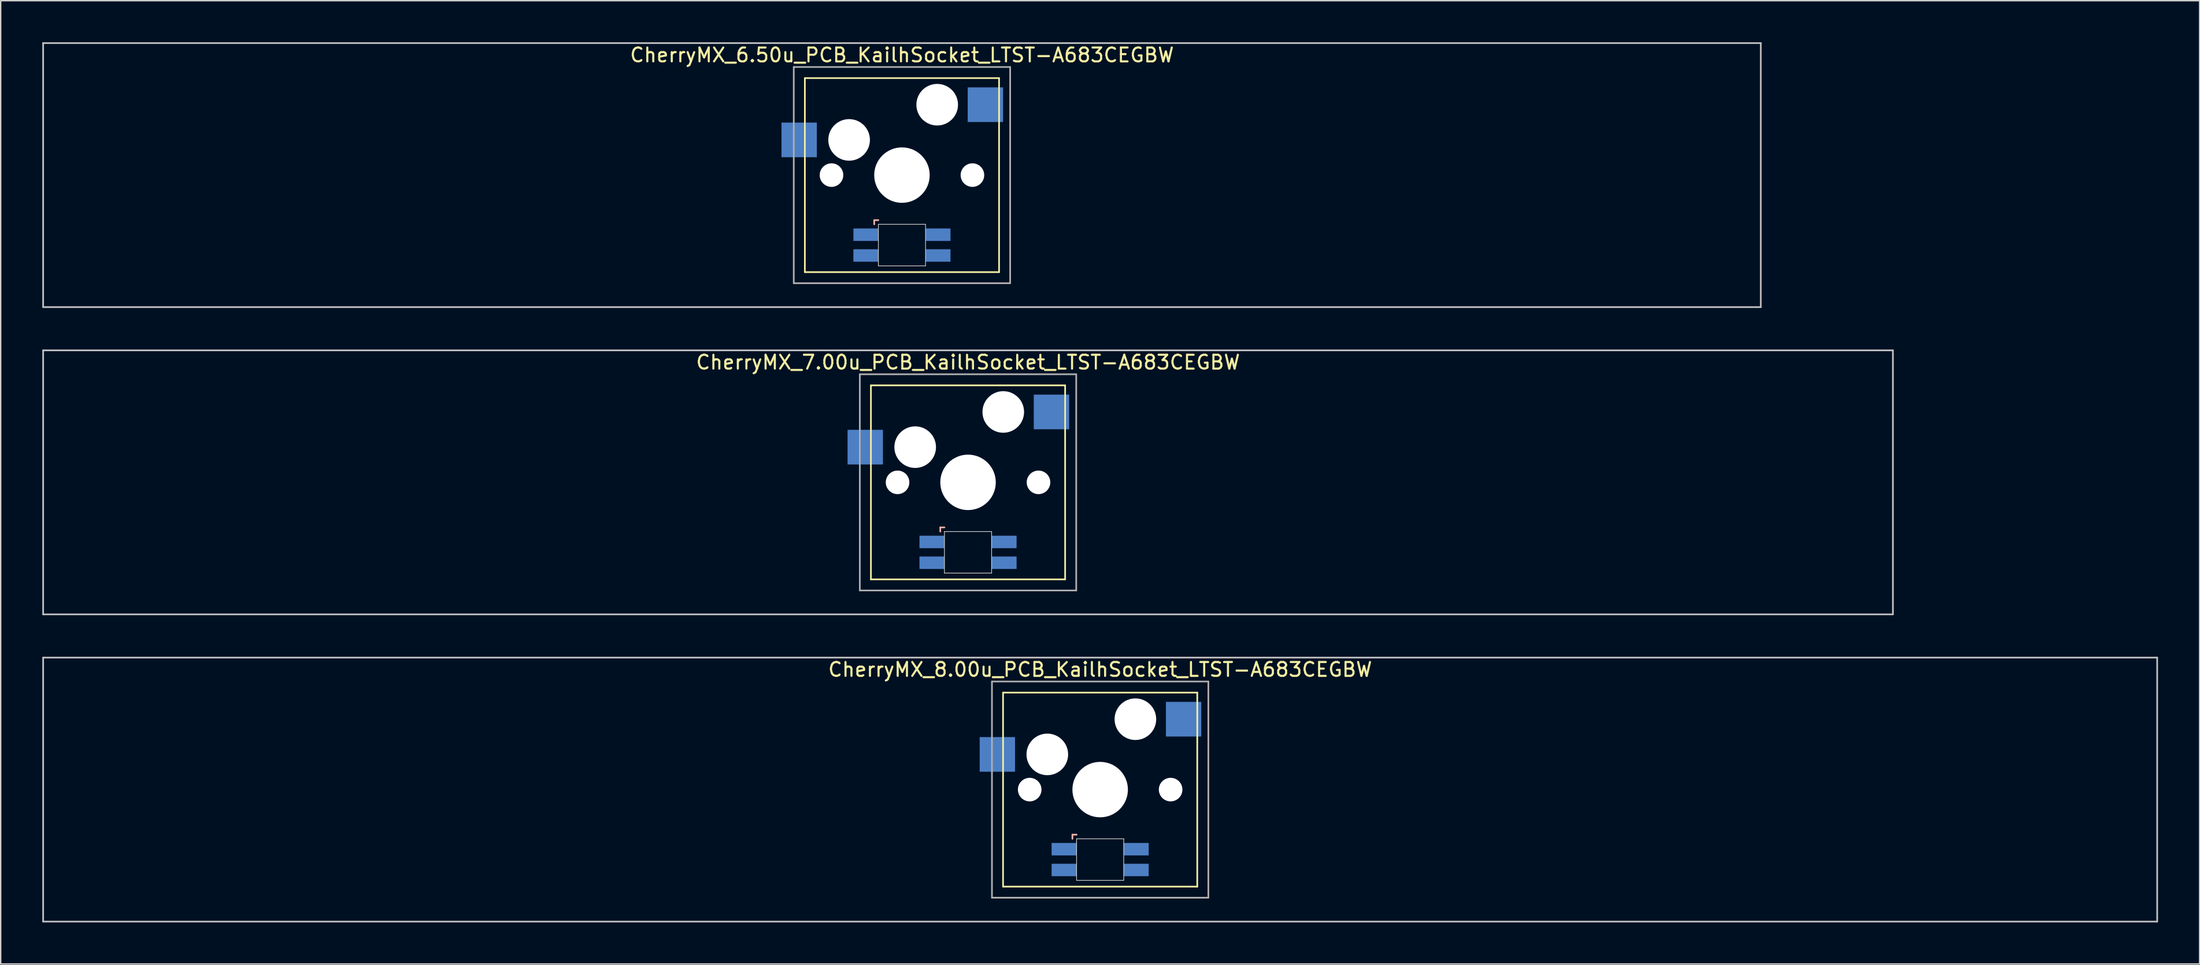
<source format=kicad_pcb>
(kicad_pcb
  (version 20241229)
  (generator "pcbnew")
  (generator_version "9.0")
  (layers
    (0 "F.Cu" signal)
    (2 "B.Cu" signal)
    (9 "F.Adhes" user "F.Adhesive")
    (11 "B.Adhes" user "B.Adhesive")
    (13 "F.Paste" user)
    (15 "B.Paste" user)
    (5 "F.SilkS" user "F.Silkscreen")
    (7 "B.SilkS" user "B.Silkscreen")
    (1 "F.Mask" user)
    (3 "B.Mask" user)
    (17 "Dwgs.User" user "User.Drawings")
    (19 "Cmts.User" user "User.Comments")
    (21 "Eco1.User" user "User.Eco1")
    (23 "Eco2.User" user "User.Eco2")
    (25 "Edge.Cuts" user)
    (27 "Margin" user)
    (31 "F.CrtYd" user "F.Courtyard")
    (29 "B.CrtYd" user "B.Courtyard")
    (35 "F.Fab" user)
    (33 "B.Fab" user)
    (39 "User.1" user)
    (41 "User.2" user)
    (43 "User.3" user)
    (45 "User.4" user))
  (footprint "CherryMX_8.00u_PCB_KailhSocket_LTST-A683CEGBW"
    (layer "F.Cu")
    (at 76.26 53.925)
    (property "Reference" "CherryMX_8.00u_PCB_KailhSocket_LTST-A683CEGBW" (at 0 -8.662 0) (layer "F.SilkS") (effects (font (size 1 1) (thickness 0.15))))
    (attr through_hole)
    (fp_line (start -7 -7) (end -7 7) (stroke (width 0.12) (type solid)) (layer "F.SilkS"))
    (fp_line (start -7 -7) (end 7 -7) (stroke (width 0.12) (type solid)) (layer "F.SilkS"))
    (fp_line (start 7 -7) (end 7 7) (stroke (width 0.12) (type solid)) (layer "F.SilkS"))
    (fp_line (start 7 7) (end -7 7) (stroke (width 0.12) (type solid)) (layer "F.SilkS"))
    (fp_line (start -2 3.25) (end -2 3.55) (stroke (width 0.12) (type solid)) (layer "B.SilkS"))
    (fp_line (start -1.7 3.25) (end -2 3.25) (stroke (width 0.12) (type solid)) (layer "B.SilkS"))
    (fp_line (start -76.2 -9.525) (end 76.2 -9.525) (stroke (width 0.12) (type solid)) (layer "Dwgs.User"))
    (fp_line (start -76.2 9.525) (end -76.2 -9.525) (stroke (width 0.12) (type solid)) (layer "Dwgs.User"))
    (fp_line (start 76.2 -9.525) (end 76.2 9.525) (stroke (width 0.12) (type solid)) (layer "Dwgs.User"))
    (fp_line (start 76.2 9.525) (end -76.2 9.525) (stroke (width 0.12) (type solid)) (layer "Dwgs.User"))
    (fp_line (start -1.7 3.55) (end 1.7 3.55) (stroke (width 0.05) (type solid)) (layer "Edge.Cuts"))
    (fp_line (start -1.7 6.55) (end -1.7 3.55) (stroke (width 0.05) (type solid)) (layer "Edge.Cuts"))
    (fp_line (start 1.7 3.55) (end 1.7 6.55) (stroke (width 0.05) (type solid)) (layer "Edge.Cuts"))
    (fp_line (start 1.7 6.55) (end -1.7 6.55) (stroke (width 0.05) (type solid)) (layer "Edge.Cuts"))
    (fp_line (start -7.8 -7.8) (end -7.8 7.8) (stroke (width 0.12) (type solid)) (layer "F.Fab"))
    (fp_line (start -7.8 -7.8) (end 7.8 -7.8) (stroke (width 0.12) (type solid)) (layer "F.Fab"))
    (fp_line (start -7.8 7.8) (end 7.8 7.8) (stroke (width 0.12) (type solid)) (layer "F.Fab"))
    (fp_line (start 7.8 -7.8) (end 7.8 7.8) (stroke (width 0.12) (type solid)) (layer "F.Fab"))
    (pad "" np_thru_hole circle (at -5.08 0) (size 1.7 1.7) (drill 1.7) (layers "*.Cu" "*.Mask"))
    (pad "" np_thru_hole circle (at -3.81 -2.54) (size 3 3) (drill 3) (layers "*.Cu" "*.Mask"))
    (pad "" np_thru_hole circle (at 0 0) (size 4 4) (drill 4) (layers "*.Cu" "*.Mask"))
    (pad "" np_thru_hole circle (at 2.54 -5.08) (size 3 3) (drill 3) (layers "*.Cu" "*.Mask"))
    (pad "" np_thru_hole circle (at 5.08 0) (size 1.7 1.7) (drill 1.7) (layers "*.Cu" "*.Mask"))
    (pad "1" smd rect (at -7.41 -2.54) (size 2.55 2.5) (layers "B.Cu" "B.Mask" "B.Paste"))
    (pad "2" smd rect (at 6.015 -5.08) (size 2.55 2.5) (layers "B.Cu" "B.Mask" "B.Paste"))
    (pad "3" smd rect (at -2.6 4.3) (size 1.8 0.9) (layers "B.Cu" "B.Mask" "B.Paste"))
    (pad "4" smd rect (at -2.6 5.8) (size 1.8 0.9) (layers "B.Cu" "B.Mask" "B.Paste"))
    (pad "5" smd rect (at 2.6 4.3) (size 1.8 0.9) (layers "B.Cu" "B.Mask" "B.Paste"))
    (pad "6" smd rect (at 2.6 5.8) (size 1.8 0.9) (layers "B.Cu" "B.Mask" "B.Paste")))
  (footprint "CherryMX_6.50u_PCB_KailhSocket_LTST-A683CEGBW"
    (layer "F.Cu")
    (at 61.972 9.585)
    (property "Reference" "CherryMX_6.50u_PCB_KailhSocket_LTST-A683CEGBW" (at 0 -8.662 0) (layer "F.SilkS") (effects (font (size 1 1) (thickness 0.15))))
    (attr through_hole)
    (fp_line (start -7 -7) (end -7 7) (stroke (width 0.12) (type solid)) (layer "F.SilkS"))
    (fp_line (start -7 -7) (end 7 -7) (stroke (width 0.12) (type solid)) (layer "F.SilkS"))
    (fp_line (start 7 -7) (end 7 7) (stroke (width 0.12) (type solid)) (layer "F.SilkS"))
    (fp_line (start 7 7) (end -7 7) (stroke (width 0.12) (type solid)) (layer "F.SilkS"))
    (fp_line (start -2 3.25) (end -2 3.55) (stroke (width 0.12) (type solid)) (layer "B.SilkS"))
    (fp_line (start -1.7 3.25) (end -2 3.25) (stroke (width 0.12) (type solid)) (layer "B.SilkS"))
    (fp_line (start -61.913 -9.525) (end 61.913 -9.525) (stroke (width 0.12) (type solid)) (layer "Dwgs.User"))
    (fp_line (start -61.913 9.525) (end -61.913 -9.525) (stroke (width 0.12) (type solid)) (layer "Dwgs.User"))
    (fp_line (start 61.913 -9.525) (end 61.913 9.525) (stroke (width 0.12) (type solid)) (layer "Dwgs.User"))
    (fp_line (start 61.913 9.525) (end -61.913 9.525) (stroke (width 0.12) (type solid)) (layer "Dwgs.User"))
    (fp_line (start -1.7 3.55) (end 1.7 3.55) (stroke (width 0.05) (type solid)) (layer "Edge.Cuts"))
    (fp_line (start -1.7 6.55) (end -1.7 3.55) (stroke (width 0.05) (type solid)) (layer "Edge.Cuts"))
    (fp_line (start 1.7 3.55) (end 1.7 6.55) (stroke (width 0.05) (type solid)) (layer "Edge.Cuts"))
    (fp_line (start 1.7 6.55) (end -1.7 6.55) (stroke (width 0.05) (type solid)) (layer "Edge.Cuts"))
    (fp_line (start -7.8 -7.8) (end -7.8 7.8) (stroke (width 0.12) (type solid)) (layer "F.Fab"))
    (fp_line (start -7.8 -7.8) (end 7.8 -7.8) (stroke (width 0.12) (type solid)) (layer "F.Fab"))
    (fp_line (start -7.8 7.8) (end 7.8 7.8) (stroke (width 0.12) (type solid)) (layer "F.Fab"))
    (fp_line (start 7.8 -7.8) (end 7.8 7.8) (stroke (width 0.12) (type solid)) (layer "F.Fab"))
    (pad "" np_thru_hole circle (at -5.08 0) (size 1.7 1.7) (drill 1.7) (layers "*.Cu" "*.Mask"))
    (pad "" np_thru_hole circle (at -3.81 -2.54) (size 3 3) (drill 3) (layers "*.Cu" "*.Mask"))
    (pad "" np_thru_hole circle (at 0 0) (size 4 4) (drill 4) (layers "*.Cu" "*.Mask"))
    (pad "" np_thru_hole circle (at 2.54 -5.08) (size 3 3) (drill 3) (layers "*.Cu" "*.Mask"))
    (pad "" np_thru_hole circle (at 5.08 0) (size 1.7 1.7) (drill 1.7) (layers "*.Cu" "*.Mask"))
    (pad "1" smd rect (at -7.41 -2.54) (size 2.55 2.5) (layers "B.Cu" "B.Mask" "B.Paste"))
    (pad "2" smd rect (at 6.015 -5.08) (size 2.55 2.5) (layers "B.Cu" "B.Mask" "B.Paste"))
    (pad "3" smd rect (at -2.6 4.3) (size 1.8 0.9) (layers "B.Cu" "B.Mask" "B.Paste"))
    (pad "4" smd rect (at -2.6 5.8) (size 1.8 0.9) (layers "B.Cu" "B.Mask" "B.Paste"))
    (pad "5" smd rect (at 2.6 4.3) (size 1.8 0.9) (layers "B.Cu" "B.Mask" "B.Paste"))
    (pad "6" smd rect (at 2.6 5.8) (size 1.8 0.9) (layers "B.Cu" "B.Mask" "B.Paste")))
  (footprint "CherryMX_7.00u_PCB_KailhSocket_LTST-A683CEGBW"
    (layer "F.Cu")
    (at 66.735 31.755)
    (property "Reference" "CherryMX_7.00u_PCB_KailhSocket_LTST-A683CEGBW" (at 0 -8.662 0) (layer "F.SilkS") (effects (font (size 1 1) (thickness 0.15))))
    (attr through_hole)
    (fp_line (start -7 -7) (end -7 7) (stroke (width 0.12) (type solid)) (layer "F.SilkS"))
    (fp_line (start -7 -7) (end 7 -7) (stroke (width 0.12) (type solid)) (layer "F.SilkS"))
    (fp_line (start 7 -7) (end 7 7) (stroke (width 0.12) (type solid)) (layer "F.SilkS"))
    (fp_line (start 7 7) (end -7 7) (stroke (width 0.12) (type solid)) (layer "F.SilkS"))
    (fp_line (start -2 3.25) (end -2 3.55) (stroke (width 0.12) (type solid)) (layer "B.SilkS"))
    (fp_line (start -1.7 3.25) (end -2 3.25) (stroke (width 0.12) (type solid)) (layer "B.SilkS"))
    (fp_line (start -66.675 -9.525) (end 66.675 -9.525) (stroke (width 0.12) (type solid)) (layer "Dwgs.User"))
    (fp_line (start -66.675 9.525) (end -66.675 -9.525) (stroke (width 0.12) (type solid)) (layer "Dwgs.User"))
    (fp_line (start 66.675 -9.525) (end 66.675 9.525) (stroke (width 0.12) (type solid)) (layer "Dwgs.User"))
    (fp_line (start 66.675 9.525) (end -66.675 9.525) (stroke (width 0.12) (type solid)) (layer "Dwgs.User"))
    (fp_line (start -1.7 3.55) (end 1.7 3.55) (stroke (width 0.05) (type solid)) (layer "Edge.Cuts"))
    (fp_line (start -1.7 6.55) (end -1.7 3.55) (stroke (width 0.05) (type solid)) (layer "Edge.Cuts"))
    (fp_line (start 1.7 3.55) (end 1.7 6.55) (stroke (width 0.05) (type solid)) (layer "Edge.Cuts"))
    (fp_line (start 1.7 6.55) (end -1.7 6.55) (stroke (width 0.05) (type solid)) (layer "Edge.Cuts"))
    (fp_line (start -7.8 -7.8) (end -7.8 7.8) (stroke (width 0.12) (type solid)) (layer "F.Fab"))
    (fp_line (start -7.8 -7.8) (end 7.8 -7.8) (stroke (width 0.12) (type solid)) (layer "F.Fab"))
    (fp_line (start -7.8 7.8) (end 7.8 7.8) (stroke (width 0.12) (type solid)) (layer "F.Fab"))
    (fp_line (start 7.8 -7.8) (end 7.8 7.8) (stroke (width 0.12) (type solid)) (layer "F.Fab"))
    (pad "" np_thru_hole circle (at -5.08 0) (size 1.7 1.7) (drill 1.7) (layers "*.Cu" "*.Mask"))
    (pad "" np_thru_hole circle (at -3.81 -2.54) (size 3 3) (drill 3) (layers "*.Cu" "*.Mask"))
    (pad "" np_thru_hole circle (at 0 0) (size 4 4) (drill 4) (layers "*.Cu" "*.Mask"))
    (pad "" np_thru_hole circle (at 2.54 -5.08) (size 3 3) (drill 3) (layers "*.Cu" "*.Mask"))
    (pad "" np_thru_hole circle (at 5.08 0) (size 1.7 1.7) (drill 1.7) (layers "*.Cu" "*.Mask"))
    (pad "1" smd rect (at -7.41 -2.54) (size 2.55 2.5) (layers "B.Cu" "B.Mask" "B.Paste"))
    (pad "2" smd rect (at 6.015 -5.08) (size 2.55 2.5) (layers "B.Cu" "B.Mask" "B.Paste"))
    (pad "3" smd rect (at -2.6 4.3) (size 1.8 0.9) (layers "B.Cu" "B.Mask" "B.Paste"))
    (pad "4" smd rect (at -2.6 5.8) (size 1.8 0.9) (layers "B.Cu" "B.Mask" "B.Paste"))
    (pad "5" smd rect (at 2.6 4.3) (size 1.8 0.9) (layers "B.Cu" "B.Mask" "B.Paste"))
    (pad "6" smd rect (at 2.6 5.8) (size 1.8 0.9) (layers "B.Cu" "B.Mask" "B.Paste")))
  (gr_rect
    (start -3 -3)
    (end 155.52 66.51)
    (stroke (width 0.1) (type default))
    (fill no)
    (layer "Edge.Cuts")))
</source>
